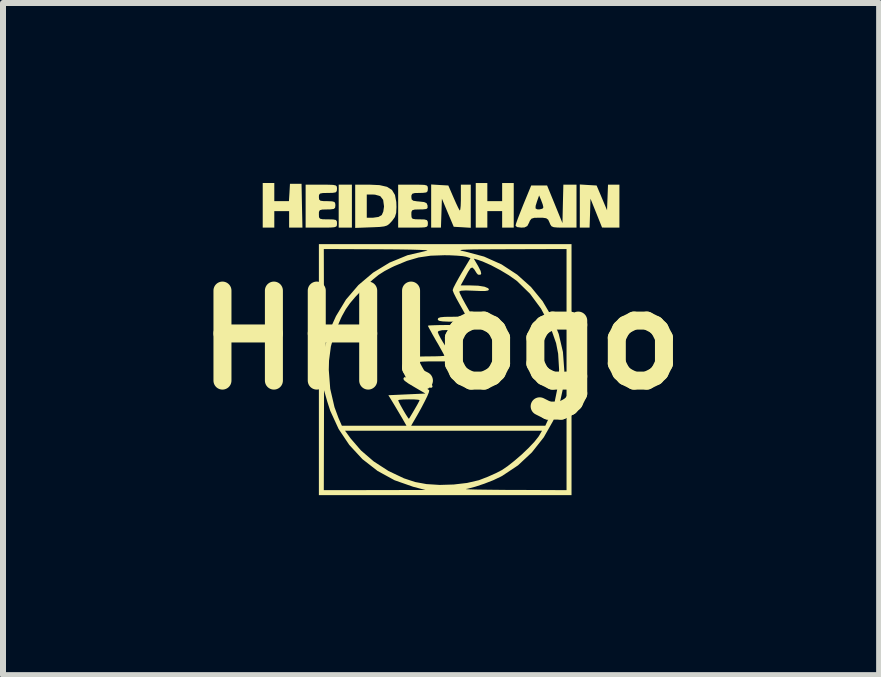
<source format=kicad_pcb>
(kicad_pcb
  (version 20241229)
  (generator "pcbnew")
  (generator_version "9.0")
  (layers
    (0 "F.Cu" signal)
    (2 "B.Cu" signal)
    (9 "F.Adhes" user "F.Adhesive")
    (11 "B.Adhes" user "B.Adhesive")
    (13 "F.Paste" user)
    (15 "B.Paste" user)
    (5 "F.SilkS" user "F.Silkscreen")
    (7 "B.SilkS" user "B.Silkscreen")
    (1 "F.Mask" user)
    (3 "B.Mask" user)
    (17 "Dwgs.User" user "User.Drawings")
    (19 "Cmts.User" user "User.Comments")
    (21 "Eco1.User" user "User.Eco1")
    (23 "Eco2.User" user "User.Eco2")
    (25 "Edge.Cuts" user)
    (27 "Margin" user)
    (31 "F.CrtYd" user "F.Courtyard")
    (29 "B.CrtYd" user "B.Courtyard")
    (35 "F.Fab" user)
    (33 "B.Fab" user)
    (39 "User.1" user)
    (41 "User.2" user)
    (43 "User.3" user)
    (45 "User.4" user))
  (footprint "HHlogo"
    (layer "F.Cu")
    (at 4.3 2.614)
    (property "Reference" "HHlogo" (at 0 0 0) (layer "F.SilkS") (effects (font (size 1.5 1.5) (thickness 0.3))))
    (attr board_only exclude_from_pos_files exclude_from_bom)
    (fp_poly (pts (xy -1.486 -2.229) (xy -1.486 -1.871) (xy -1.596 -1.871) (xy -1.706 -1.871) (xy -1.706 -2.229) (xy -1.706 -2.587) (xy -1.596 -2.587) (xy -1.486 -2.587)) (stroke (width 0) (type solid)) (fill yes) (layer "F.SilkS"))
    (fp_poly (pts (xy 2.452 -2.581) (xy 2.592 -2.573) (xy 2.679 -2.367) (xy 2.766 -2.16) (xy 2.774 -2.374) (xy 2.782 -2.587) (xy 2.877 -2.587) (xy 2.972 -2.587) (xy 2.972 -2.229) (xy 2.972 -1.871) (xy 2.828 -1.871) (xy 2.683 -1.872) (xy 2.587 -2.112) (xy 2.49 -2.353) (xy 2.483 -2.112) (xy 2.475 -1.871) (xy 2.393 -1.871) (xy 2.312 -1.871) (xy 2.312 -2.23) (xy 2.312 -2.59)) (stroke (width 0) (type solid)) (fill yes) (layer "F.SilkS"))
    (fp_poly (pts (xy -2.779 -2.463) (xy -2.779 -2.312) (xy -2.657 -2.312) (xy -2.535 -2.312) (xy -2.526 -2.456) (xy -2.518 -2.601) (xy -2.422 -2.601) (xy -2.325 -2.601) (xy -2.318 -2.236) (xy -2.31 -1.871) (xy -2.421 -1.871) (xy -2.532 -1.871) (xy -2.532 -2.009) (xy -2.532 -2.146) (xy -2.656 -2.146) (xy -2.779 -2.146) (xy -2.779 -2.009) (xy -2.779 -1.871) (xy -2.876 -1.871) (xy -2.972 -1.871) (xy -2.972 -2.243) (xy -2.972 -2.614) (xy -2.876 -2.614) (xy -2.779 -2.614)) (stroke (width 0) (type solid)) (fill yes) (layer "F.SilkS"))
    (fp_poly (pts (xy 0.771 -2.463) (xy 0.771 -2.312) (xy 0.894 -2.312) (xy 1.018 -2.312) (xy 1.018 -2.463) (xy 1.018 -2.614) (xy 1.115 -2.614) (xy 1.211 -2.614) (xy 1.211 -2.243) (xy 1.211 -1.871) (xy 1.115 -1.871) (xy 1.018 -1.871) (xy 1.018 -2.009) (xy 1.018 -2.146) (xy 0.894 -2.146) (xy 0.771 -2.146) (xy 0.771 -2.009) (xy 0.771 -1.871) (xy 0.674 -1.871) (xy 0.578 -1.871) (xy 0.578 -2.243) (xy 0.578 -2.614) (xy 0.674 -2.614) (xy 0.771 -2.614)) (stroke (width 0) (type solid)) (fill yes) (layer "F.SilkS"))
    (fp_poly (pts (xy -0.022 -2.581) (xy 0.121 -2.573) (xy 0.207 -2.374) (xy 0.25 -2.277) (xy 0.286 -2.201) (xy 0.309 -2.159) (xy 0.312 -2.156) (xy 0.32 -2.172) (xy 0.327 -2.232) (xy 0.33 -2.324) (xy 0.33 -2.362) (xy 0.33 -2.587) (xy 0.413 -2.587) (xy 0.495 -2.587) (xy 0.495 -2.228) (xy 0.495 -1.868) (xy 0.353 -1.877) (xy 0.211 -1.885) (xy 0.112 -2.119) (xy 0.014 -2.353) (xy 0.006 -2.112) (xy -0.002 -1.871) (xy -0.084 -1.871) (xy -0.165 -1.871) (xy -0.165 -2.23) (xy -0.165 -2.59)) (stroke (width 0) (type solid)) (fill yes) (layer "F.SilkS"))
    (fp_poly (pts (xy -1.025 -2.579) (xy -0.901 -2.551) (xy -0.818 -2.498) (xy -0.768 -2.415) (xy -0.746 -2.297) (xy -0.743 -2.214) (xy -0.748 -2.117) (xy -0.769 -2.048) (xy -0.815 -1.984) (xy -0.823 -1.975) (xy -0.863 -1.933) (xy -0.9 -1.906) (xy -0.949 -1.891) (xy -1.023 -1.882) (xy -1.135 -1.877) (xy -1.167 -1.876) (xy -1.431 -1.866) (xy -1.431 -2.226) (xy -1.431 -2.229) (xy -1.238 -2.229) (xy -1.238 -2.036) (xy -1.132 -2.036) (xy -1.042 -2.049) (xy -0.988 -2.081) (xy -0.963 -2.138) (xy -0.951 -2.218) (xy -0.951 -2.229) (xy -0.965 -2.333) (xy -1.013 -2.395) (xy -1.099 -2.42) (xy -1.132 -2.422) (xy -1.238 -2.422) (xy -1.238 -2.229) (xy -1.431 -2.229) (xy -1.431 -2.587) (xy -1.196 -2.587)) (stroke (width 0) (type solid)) (fill yes) (layer "F.SilkS"))
    (fp_poly (pts (xy -0.351 -2.586) (xy -0.278 -2.583) (xy -0.239 -2.573) (xy -0.223 -2.554) (xy -0.22 -2.524) (xy -0.22 -2.518) (xy -0.225 -2.477) (xy -0.247 -2.457) (xy -0.303 -2.45) (xy -0.358 -2.449) (xy -0.439 -2.447) (xy -0.48 -2.435) (xy -0.494 -2.408) (xy -0.495 -2.382) (xy -0.49 -2.341) (xy -0.463 -2.319) (xy -0.401 -2.309) (xy -0.365 -2.306) (xy -0.283 -2.297) (xy -0.242 -2.279) (xy -0.226 -2.243) (xy -0.225 -2.236) (xy -0.225 -2.199) (xy -0.246 -2.181) (xy -0.301 -2.175) (xy -0.356 -2.174) (xy -0.438 -2.172) (xy -0.479 -2.161) (xy -0.494 -2.133) (xy -0.495 -2.091) (xy -0.492 -2.043) (xy -0.474 -2.018) (xy -0.426 -2.01) (xy -0.358 -2.009) (xy -0.276 -2.007) (xy -0.235 -1.995) (xy -0.221 -1.968) (xy -0.22 -1.94) (xy -0.222 -1.908) (xy -0.235 -1.887) (xy -0.27 -1.876) (xy -0.336 -1.872) (xy -0.446 -1.871) (xy -0.468 -1.871) (xy -0.715 -1.871) (xy -0.715 -2.229) (xy -0.715 -2.587) (xy -0.468 -2.587)) (stroke (width 0) (type solid)) (fill yes) (layer "F.SilkS"))
    (fp_poly (pts (xy -1.874 -2.586) (xy -1.798 -2.583) (xy -1.756 -2.574) (xy -1.738 -2.557) (xy -1.734 -2.53) (xy -1.734 -2.518) (xy -1.738 -2.479) (xy -1.758 -2.458) (xy -1.809 -2.45) (xy -1.885 -2.449) (xy -1.972 -2.447) (xy -2.017 -2.438) (xy -2.034 -2.415) (xy -2.036 -2.38) (xy -2.032 -2.34) (xy -2.009 -2.319) (xy -1.954 -2.312) (xy -1.899 -2.312) (xy -1.817 -2.309) (xy -1.776 -2.298) (xy -1.763 -2.27) (xy -1.761 -2.243) (xy -1.766 -2.202) (xy -1.788 -2.182) (xy -1.844 -2.175) (xy -1.899 -2.174) (xy -1.98 -2.172) (xy -2.021 -2.161) (xy -2.035 -2.132) (xy -2.036 -2.091) (xy -2.034 -2.044) (xy -2.017 -2.02) (xy -1.973 -2.01) (xy -1.887 -2.009) (xy -1.885 -2.009) (xy -1.798 -2.007) (xy -1.753 -1.998) (xy -1.736 -1.974) (xy -1.734 -1.94) (xy -1.736 -1.908) (xy -1.748 -1.888) (xy -1.781 -1.877) (xy -1.845 -1.872) (xy -1.951 -1.871) (xy -1.995 -1.871) (xy -2.257 -1.871) (xy -2.257 -2.229) (xy -2.257 -2.587) (xy -1.995 -2.587)) (stroke (width 0) (type solid)) (fill yes) (layer "F.SilkS"))
    (fp_poly (pts (xy 2.257 -2.229) (xy 2.257 -1.871) (xy 2.048 -1.871) (xy 1.942 -1.872) (xy 1.877 -1.878) (xy 1.841 -1.893) (xy 1.821 -1.922) (xy 1.808 -1.954) (xy 1.785 -2.003) (xy 1.752 -2.027) (xy 1.692 -2.036) (xy 1.637 -2.036) (xy 1.553 -2.034) (xy 1.507 -2.02) (xy 1.48 -1.986) (xy 1.467 -1.954) (xy 1.437 -1.897) (xy 1.391 -1.874) (xy 1.337 -1.871) (xy 1.266 -1.88) (xy 1.241 -1.904) (xy 1.241 -1.906) (xy 1.251 -1.943) (xy 1.279 -2.021) (xy 1.32 -2.126) (xy 1.346 -2.192) (xy 1.574 -2.192) (xy 1.6 -2.176) (xy 1.637 -2.174) (xy 1.689 -2.186) (xy 1.705 -2.208) (xy 1.694 -2.257) (xy 1.669 -2.324) (xy 1.669 -2.325) (xy 1.634 -2.407) (xy 1.601 -2.314) (xy 1.576 -2.234) (xy 1.574 -2.192) (xy 1.346 -2.192) (xy 1.369 -2.25) (xy 1.372 -2.257) (xy 1.502 -2.573) (xy 1.634 -2.573) (xy 1.767 -2.573) (xy 1.895 -2.26) (xy 2.023 -1.946) (xy 2.03 -2.266) (xy 2.038 -2.587) (xy 2.147 -2.587) (xy 2.257 -2.587)) (stroke (width 0) (type solid)) (fill yes) (layer "F.SilkS"))
    (fp_poly (pts (xy 0.258 -0.246) (xy 0.356 -0.242) (xy 0.413 -0.233) (xy 0.435 -0.22) (xy 0.435 -0.212) (xy 0.419 -0.175) (xy 0.381 -0.102) (xy 0.327 -0.003) (xy 0.275 0.09) (xy 0.124 0.358) (xy -0.117 0.358) (xy -0.224 0.359) (xy -0.307 0.362) (xy -0.353 0.366) (xy -0.358 0.368) (xy -0.345 0.396) (xy -0.311 0.458) (xy -0.262 0.543) (xy -0.248 0.568) (xy -0.187 0.674) (xy -0.153 0.741) (xy -0.142 0.779) (xy -0.153 0.795) (xy -0.177 0.798) (xy -0.206 0.776) (xy -0.254 0.715) (xy -0.313 0.626) (xy -0.356 0.554) (xy -0.414 0.45) (xy -0.46 0.365) (xy -0.489 0.309) (xy -0.495 0.293) (xy -0.47 0.285) (xy -0.401 0.279) (xy -0.3 0.276) (xy -0.22 0.275) (xy -0.105 0.274) (xy -0.013 0.271) (xy 0.043 0.267) (xy 0.055 0.264) (xy 0.042 0.236) (xy 0.007 0.172) (xy -0.043 0.082) (xy -0.083 0.014) (xy -0.141 -0.088) (xy -0.164 -0.131) (xy -0.055 -0.131) (xy -0.041 -0.093) (xy -0.009 -0.03) (xy 0.034 0.043) (xy 0.077 0.111) (xy 0.11 0.155) (xy 0.122 0.165) (xy 0.141 0.143) (xy 0.177 0.086) (xy 0.218 0.017) (xy 0.263 -0.063) (xy 0.293 -0.123) (xy 0.303 -0.148) (xy 0.278 -0.157) (xy 0.212 -0.163) (xy 0.124 -0.165) (xy 0.016 -0.161) (xy -0.041 -0.148) (xy -0.055 -0.131) (xy -0.164 -0.131) (xy -0.186 -0.17) (xy -0.214 -0.223) (xy -0.22 -0.236) (xy -0.194 -0.241) (xy -0.124 -0.244) (xy -0.02 -0.247) (xy 0.107 -0.248) (xy 0.112 -0.248)) (stroke (width 0) (type solid)) (fill yes) (layer "F.SilkS"))
    (fp_poly (pts (xy 2.174 0.495) (xy 2.174 2.587) (xy 0.069 2.587) (xy -2.036 2.587) (xy -2.036 2.504) (xy -1.954 2.504) (xy -1.108 2.503) (xy -0.261 2.501) (xy -0.467 2.447) (xy -0.775 2.339) (xy -1.058 2.184) (xy -1.311 1.987) (xy -1.529 1.751) (xy -1.688 1.514) (xy -1.6 1.514) (xy -1.508 1.641) (xy -1.335 1.842) (xy -1.121 2.026) (xy -0.877 2.184) (xy -0.618 2.307) (xy -0.434 2.368) (xy -0.243 2.403) (xy -0.022 2.417) (xy 0.21 2.41) (xy 0.433 2.384) (xy 0.627 2.339) (xy 0.655 2.329) (xy 0.781 2.28) (xy 0.913 2.221) (xy 1.012 2.17) (xy 1.108 2.105) (xy 1.222 2.015) (xy 1.343 1.911) (xy 1.457 1.802) (xy 1.554 1.7) (xy 1.621 1.616) (xy 1.632 1.599) (xy 1.682 1.514) (xy 0.041 1.514) (xy -1.6 1.514) (xy -1.688 1.514) (xy -1.709 1.481) (xy -1.847 1.181) (xy -1.895 1.032) (xy -1.95 0.839) (xy -1.952 1.672) (xy -1.954 2.504) (xy -2.036 2.504) (xy -2.036 0.5) (xy -1.871 0.5) (xy -1.847 0.815) (xy -1.776 1.121) (xy -1.71 1.3) (xy -1.653 1.431) (xy -1.114 1.431) (xy -0.576 1.431) (xy -0.651 1.3) (xy -0.713 1.195) (xy -0.779 1.084) (xy -0.802 1.046) (xy -0.827 1.005) (xy -0.715 1.005) (xy -0.703 1.035) (xy -0.673 1.094) (xy -0.632 1.167) (xy -0.59 1.238) (xy -0.555 1.292) (xy -0.537 1.315) (xy -0.536 1.315) (xy -0.519 1.289) (xy -0.483 1.229) (xy -0.443 1.161) (xy -0.398 1.083) (xy -0.367 1.025) (xy -0.358 1.003) (xy -0.383 0.997) (xy -0.449 0.992) (xy -0.537 0.991) (xy -0.628 0.993) (xy -0.692 0.998) (xy -0.715 1.005) (xy -0.827 1.005) (xy -0.878 0.922) (xy -0.57 0.908) (xy -0.261 0.894) (xy -0.447 0.785) (xy -0.549 0.724) (xy -0.608 0.681) (xy -0.629 0.651) (xy -0.619 0.629) (xy -0.607 0.62) (xy -0.577 0.627) (xy -0.513 0.656) (xy -0.43 0.698) (xy -0.342 0.747) (xy -0.263 0.794) (xy -0.207 0.832) (xy -0.197 0.84) (xy -0.202 0.87) (xy -0.229 0.937) (xy -0.275 1.03) (xy -0.333 1.141) (xy -0.399 1.259) (xy -0.399 1.259) (xy -0.499 1.431) (xy 0.619 1.431) (xy 1.737 1.431) (xy 1.803 1.287) (xy 1.891 1.042) (xy 1.946 0.772) (xy 1.967 0.496) (xy 1.951 0.23) (xy 1.917 0.055) (xy 1.813 -0.242) (xy 1.666 -0.52) (xy 1.482 -0.769) (xy 1.267 -0.979) (xy 1.249 -0.993) (xy 1.131 -1.076) (xy 0.986 -1.163) (xy 0.833 -1.244) (xy 0.691 -1.307) (xy 0.61 -1.335) (xy 0.545 -1.354) (xy 0.618 -1.23) (xy 0.659 -1.15) (xy 0.669 -1.104) (xy 0.656 -1.085) (xy 0.616 -1.087) (xy 0.593 -1.112) (xy 0.55 -1.18) (xy 0.52 -1.207) (xy 0.49 -1.193) (xy 0.451 -1.134) (xy 0.418 -1.074) (xy 0.327 -0.908) (xy 0.476 -0.908) (xy 0.62 -0.903) (xy 0.725 -0.886) (xy 0.785 -0.861) (xy 0.798 -0.839) (xy 0.784 -0.823) (xy 0.736 -0.815) (xy 0.647 -0.815) (xy 0.55 -0.819) (xy 0.414 -0.824) (xy 0.331 -0.819) (xy 0.303 -0.805) (xy 0.303 -0.804) (xy 0.316 -0.769) (xy 0.351 -0.698) (xy 0.402 -0.604) (xy 0.439 -0.539) (xy 0.575 -0.303) (xy 0.26 -0.303) (xy 0.122 -0.304) (xy 0.029 -0.308) (xy -0.025 -0.316) (xy -0.05 -0.329) (xy -0.055 -0.344) (xy -0.045 -0.365) (xy -0.009 -0.377) (xy 0.064 -0.384) (xy 0.179 -0.385) (xy 0.285 -0.387) (xy 0.365 -0.392) (xy 0.409 -0.398) (xy 0.413 -0.401) (xy 0.4 -0.431) (xy 0.365 -0.495) (xy 0.316 -0.582) (xy 0.303 -0.605) (xy 0.251 -0.699) (xy 0.212 -0.777) (xy 0.194 -0.825) (xy 0.194 -0.83) (xy 0.207 -0.868) (xy 0.244 -0.941) (xy 0.297 -1.037) (xy 0.342 -1.115) (xy 0.49 -1.362) (xy 0.417 -1.386) (xy 0.359 -1.396) (xy 0.262 -1.404) (xy 0.14 -1.41) (xy 0.055 -1.411) (xy -0.173 -1.403) (xy -0.373 -1.374) (xy -0.568 -1.317) (xy -0.778 -1.23) (xy -0.826 -1.207) (xy -0.941 -1.147) (xy -1.04 -1.084) (xy -1.136 -1.006) (xy -1.246 -0.904) (xy -1.308 -0.842) (xy -1.428 -0.717) (xy -1.517 -0.612) (xy -1.587 -0.512) (xy -1.649 -0.401) (xy -1.67 -0.358) (xy -1.772 -0.118) (xy -1.836 0.109) (xy -1.867 0.346) (xy -1.871 0.5) (xy -2.036 0.5) (xy -2.036 0.495) (xy -2.036 -1.514) (xy -1.954 -1.514) (xy -1.952 -0.667) (xy -1.951 0.179) (xy -1.899 -0.011) (xy -1.859 -0.136) (xy -1.805 -0.277) (xy -1.751 -0.396) (xy -1.585 -0.671) (xy -1.377 -0.914) (xy -1.132 -1.121) (xy -0.858 -1.288) (xy -0.559 -1.411) (xy -0.241 -1.485) (xy -0.235 -1.486) (xy -0.227 -1.491) (xy -0.233 -1.492) (xy 0.322 -1.492) (xy 0.342 -1.485) (xy 0.384 -1.476) (xy 0.399 -1.473) (xy 0.717 -1.388) (xy 1.008 -1.258) (xy 1.269 -1.087) (xy 1.498 -0.882) (xy 1.692 -0.645) (xy 1.847 -0.382) (xy 1.961 -0.098) (xy 2.031 0.202) (xy 2.054 0.515) (xy 2.026 0.835) (xy 1.979 1.049) (xy 1.869 1.346) (xy 1.712 1.623) (xy 1.514 1.874) (xy 1.282 2.091) (xy 1.021 2.265) (xy 0.995 2.279) (xy 0.871 2.338) (xy 0.722 2.396) (xy 0.572 2.446) (xy 0.443 2.48) (xy 0.413 2.485) (xy 0.422 2.488) (xy 0.481 2.491) (xy 0.582 2.494) (xy 0.722 2.496) (xy 0.893 2.498) (xy 1.089 2.5) (xy 1.218 2.5) (xy 2.091 2.504) (xy 2.091 0.495) (xy 2.091 -1.514) (xy 1.149 -1.511) (xy 0.899 -1.51) (xy 0.699 -1.509) (xy 0.546 -1.508) (xy 0.437 -1.505) (xy 0.365 -1.502) (xy 0.328 -1.498) (xy 0.322 -1.492) (xy -0.233 -1.492) (xy -0.27 -1.496) (xy -0.358 -1.5) (xy -0.487 -1.504) (xy -0.652 -1.507) (xy -0.848 -1.509) (xy -1.025 -1.51) (xy -1.954 -1.514) (xy -2.036 -1.514) (xy -2.036 -1.596) (xy 0.069 -1.596) (xy 2.174 -1.596)) (stroke (width 0) (type solid)) (fill yes) (layer "F.SilkS")))
  (gr_rect
    (start -3 -3)
    (end 11.6 8.201)
    (stroke (width 0.1) (type default))
    (fill no)
    (layer "Edge.Cuts")))
</source>
